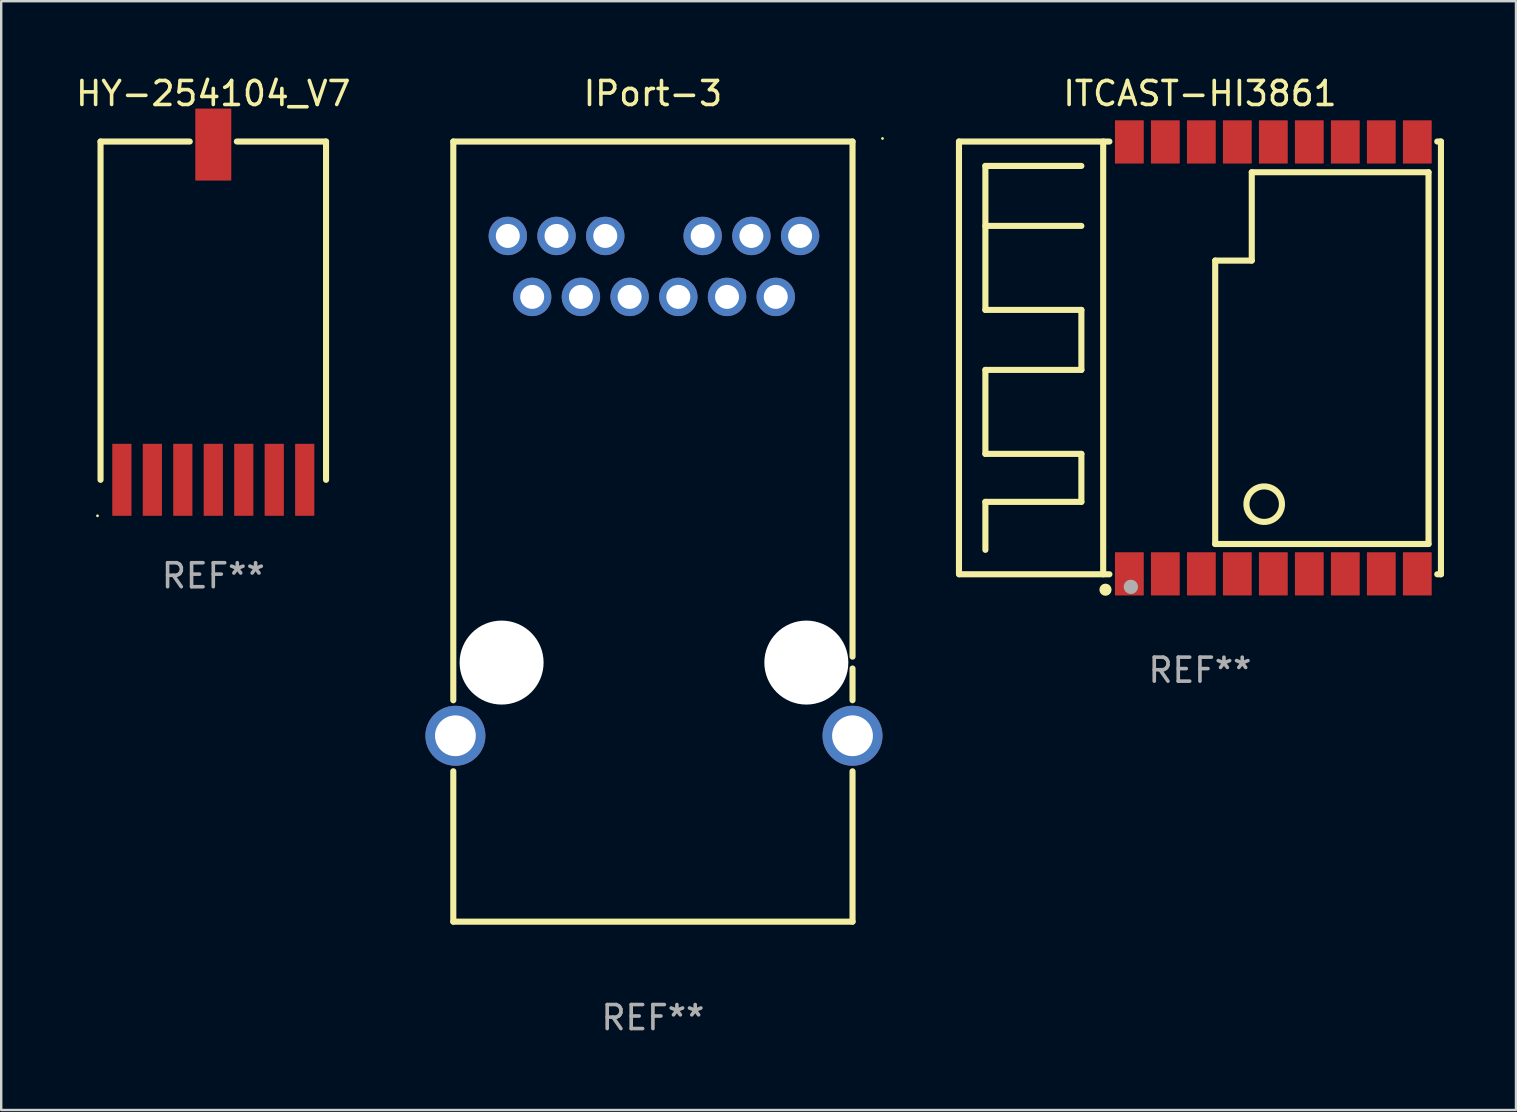
<source format=kicad_pcb>
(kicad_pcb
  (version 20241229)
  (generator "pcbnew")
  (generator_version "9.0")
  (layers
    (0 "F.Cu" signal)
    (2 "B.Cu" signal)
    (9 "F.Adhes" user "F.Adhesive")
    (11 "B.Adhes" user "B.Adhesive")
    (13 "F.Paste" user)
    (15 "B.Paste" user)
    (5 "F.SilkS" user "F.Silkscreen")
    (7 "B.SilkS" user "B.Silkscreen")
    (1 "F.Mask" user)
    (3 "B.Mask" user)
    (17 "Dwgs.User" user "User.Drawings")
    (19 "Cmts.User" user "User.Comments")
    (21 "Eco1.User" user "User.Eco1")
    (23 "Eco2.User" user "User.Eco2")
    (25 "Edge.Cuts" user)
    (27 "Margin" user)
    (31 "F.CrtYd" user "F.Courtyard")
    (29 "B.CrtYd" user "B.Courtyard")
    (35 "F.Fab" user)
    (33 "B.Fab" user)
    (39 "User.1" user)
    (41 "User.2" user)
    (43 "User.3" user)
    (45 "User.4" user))
  (footprint "HY-254104_V7"
    (layer "F.Cu")
    (at 5.839 9.897)
    (property "Reference" "HY-254104_V7" (at 0 -9.049 0) (layer "F.SilkS") (effects (font (size 1 1) (thickness 0.15))))
    (attr through_hole)
    (fp_line (start -4.699 -7.049) (end -0.981 -7.049) (stroke (width 0.254) (type solid)) (layer "F.SilkS"))
    (fp_line (start -4.699 7.049) (end -4.699 -7.049) (stroke (width 0.254) (type solid)) (layer "F.SilkS"))
    (fp_line (start 0.981 -7.049) (end 4.699 -7.049) (stroke (width 0.254) (type solid)) (layer "F.SilkS"))
    (fp_line (start 4.699 -7.049) (end 4.699 7.049) (stroke (width 0.254) (type solid)) (layer "F.SilkS"))
    (fp_circle (center -4.826 8.549) (end -4.796 8.549) (stroke (width 0.06) (type solid)) (fill no) (layer "F.SilkS"))
    (fp_text user "REF**" (at 0 11.049 0) (layer "F.Fab") (effects (font (size 1 1) (thickness 0.15))))
    (pad "1" smd rect (at -3.81 7.049) (size 0.8 3) (layers "F.Cu" "F.Mask" "F.Paste"))
    (pad "2" smd rect (at -2.54 7.049) (size 0.8 3) (layers "F.Cu" "F.Mask" "F.Paste"))
    (pad "3" smd rect (at -1.27 7.049) (size 0.8 3) (layers "F.Cu" "F.Mask" "F.Paste"))
    (pad "4" smd rect (at 0 7.049) (size 0.8 3) (layers "F.Cu" "F.Mask" "F.Paste"))
    (pad "5" smd rect (at 1.27 7.049) (size 0.8 3) (layers "F.Cu" "F.Mask" "F.Paste"))
    (pad "6" smd rect (at 2.54 7.049) (size 0.8 3) (layers "F.Cu" "F.Mask" "F.Paste"))
    (pad "7" smd rect (at 3.81 7.049) (size 0.8 3) (layers "F.Cu" "F.Mask" "F.Paste"))
    (pad "8" smd rect (at 0 -6.922) (size 1.5 3) (layers "F.Cu" "F.Mask" "F.Paste")))
  (footprint "IPort-3"
    (layer "F.Cu")
    (at 24.16 19.104)
    (property "Reference" "IPort-3" (at 0 -18.256 0) (layer "F.SilkS") (effects (font (size 1 1) (thickness 0.15))))
    (attr through_hole)
    (fp_line (start -8.319 -16.256) (end -8.319 7.03) (stroke (width 0.254) (type solid)) (layer "F.SilkS"))
    (fp_line (start -8.319 9.988) (end -8.319 16.256) (stroke (width 0.254) (type solid)) (layer "F.SilkS"))
    (fp_line (start -8.319 16.256) (end 8.319 16.256) (stroke (width 0.254) (type solid)) (layer "F.SilkS"))
    (fp_line (start 8.319 -16.256) (end -8.319 -16.256) (stroke (width 0.254) (type solid)) (layer "F.SilkS"))
    (fp_line (start 8.319 5.212) (end 8.319 -16.256) (stroke (width 0.254) (type solid)) (layer "F.SilkS"))
    (fp_line (start 8.319 7.028) (end 8.319 5.706) (stroke (width 0.254) (type solid)) (layer "F.SilkS"))
    (fp_line (start 8.319 16.256) (end 8.319 9.99) (stroke (width 0.254) (type solid)) (layer "F.SilkS"))
    (fp_circle (center 9.568 -16.383) (end 9.598 -16.383) (stroke (width 0.06) (type solid)) (fill no) (layer "F.SilkS"))
    (fp_text user "REF**" (at 0 20.256 0) (layer "F.Fab") (effects (font (size 1 1) (thickness 0.15))))
    (pad "" np_thru_hole circle (at -6.306 5.459) (size 3.5 3.5) (drill 3.5) (layers "*.Cu" "*.Mask"))
    (pad "" np_thru_hole circle (at 6.394 5.459) (size 3.5 3.5) (drill 3.5) (layers "*.Cu" "*.Mask"))
    (pad "1" thru_hole circle (at 5.119 -9.781) (size 1.6 1.6) (drill 1) (layers "*.Cu" "*.Mask"))
    (pad "2" thru_hole circle (at 3.089 -9.781) (size 1.6 1.6) (drill 1) (layers "*.Cu" "*.Mask"))
    (pad "3" thru_hole circle (at 1.059 -9.781) (size 1.6 1.6) (drill 1) (layers "*.Cu" "*.Mask"))
    (pad "4" thru_hole circle (at -0.971 -9.781) (size 1.6 1.6) (drill 1) (layers "*.Cu" "*.Mask"))
    (pad "5" thru_hole circle (at -3.001 -9.781) (size 1.6 1.6) (drill 1) (layers "*.Cu" "*.Mask"))
    (pad "6" thru_hole circle (at -5.032 -9.781) (size 1.6 1.6) (drill 1) (layers "*.Cu" "*.Mask"))
    (pad "7" thru_hole circle (at 6.134 -12.321) (size 1.6 1.6) (drill 1) (layers "*.Cu" "*.Mask"))
    (pad "8" thru_hole circle (at 4.104 -12.321) (size 1.6 1.6) (drill 1) (layers "*.Cu" "*.Mask"))
    (pad "9" thru_hole circle (at 2.074 -12.321) (size 1.6 1.6) (drill 1) (layers "*.Cu" "*.Mask"))
    (pad "10" thru_hole circle (at -1.986 -12.321) (size 1.6 1.6) (drill 1) (layers "*.Cu" "*.Mask"))
    (pad "11" thru_hole circle (at -4.017 -12.321) (size 1.6 1.6) (drill 1) (layers "*.Cu" "*.Mask"))
    (pad "12" thru_hole circle (at -6.047 -12.321) (size 1.6 1.6) (drill 1) (layers "*.Cu" "*.Mask"))
    (pad "13" thru_hole circle (at -8.231 8.509) (size 2.5 2.5) (drill 1.7) (layers "*.Cu" "*.Mask"))
    (pad "14" thru_hole circle (at 8.318 8.509) (size 2.5 2.5) (drill 1.7) (layers "*.Cu" "*.Mask")))
  (footprint "ITCAST-HI3861"
    (layer "F.Cu")
    (at 46.958 11.865)
    (property "Reference" "ITCAST-HI3861" (at 0 -11.017 0) (layer "F.SilkS") (effects (font (size 1 1) (thickness 0.15))))
    (attr through_hole)
    (fp_line (start -10.043 -9.017) (end -10.043 9.017) (stroke (width 0.254) (type solid)) (layer "F.SilkS"))
    (fp_line (start -8.942 -8) (end -8.942 -2) (stroke (width 0.254) (type solid)) (layer "F.SilkS"))
    (fp_line (start -8.942 -2) (end -4.942 -2) (stroke (width 0.254) (type solid)) (layer "F.SilkS"))
    (fp_line (start -8.942 0.5) (end -8.942 4) (stroke (width 0.254) (type solid)) (layer "F.SilkS"))
    (fp_line (start -8.942 4) (end -4.942 4) (stroke (width 0.254) (type solid)) (layer "F.SilkS"))
    (fp_line (start -8.942 6) (end -8.942 8) (stroke (width 0.254) (type solid)) (layer "F.SilkS"))
    (fp_line (start -4.942 -8) (end -8.942 -8) (stroke (width 0.254) (type solid)) (layer "F.SilkS"))
    (fp_line (start -4.942 -5.5) (end -8.942 -5.5) (stroke (width 0.254) (type solid)) (layer "F.SilkS"))
    (fp_line (start -4.942 -2) (end -4.942 0.5) (stroke (width 0.254) (type solid)) (layer "F.SilkS"))
    (fp_line (start -4.942 0.5) (end -8.942 0.5) (stroke (width 0.254) (type solid)) (layer "F.SilkS"))
    (fp_line (start -4.942 4) (end -4.942 6) (stroke (width 0.254) (type solid)) (layer "F.SilkS"))
    (fp_line (start -4.942 6) (end -8.942 6) (stroke (width 0.254) (type solid)) (layer "F.SilkS"))
    (fp_line (start -4.033 -9.017) (end -4.033 9.017) (stroke (width 0.254) (type solid)) (layer "F.SilkS"))
    (fp_line (start -3.774 -9.017) (end -10.043 -9.017) (stroke (width 0.254) (type solid)) (layer "F.SilkS"))
    (fp_line (start -3.774 9.017) (end -10.024 9.017) (stroke (width 0.254) (type solid)) (layer "F.SilkS"))
    (fp_line (start 0.635 -4.055) (end 2.159 -4.055) (stroke (width 0.254) (type solid)) (layer "F.SilkS"))
    (fp_line (start 0.635 7.756) (end 0.635 -4.055) (stroke (width 0.254) (type solid)) (layer "F.SilkS"))
    (fp_line (start 0.635 7.756) (end 9.525 7.756) (stroke (width 0.254) (type solid)) (layer "F.SilkS"))
    (fp_line (start 2.159 -7.738) (end 9.525 -7.738) (stroke (width 0.254) (type solid)) (layer "F.SilkS"))
    (fp_line (start 2.159 -4.055) (end 2.159 -7.738) (stroke (width 0.254) (type solid)) (layer "F.SilkS"))
    (fp_line (start 9.525 -7.738) (end 9.525 7.756) (stroke (width 0.254) (type solid)) (layer "F.SilkS"))
    (fp_line (start 10.043 -9.017) (end 9.889 -9.017) (stroke (width 0.254) (type solid)) (layer "F.SilkS"))
    (fp_line (start 10.043 -9.017) (end 10.043 9.017) (stroke (width 0.254) (type solid)) (layer "F.SilkS"))
    (fp_line (start 10.043 9.017) (end 9.889 9.017) (stroke (width 0.254) (type solid)) (layer "F.SilkS"))
    (fp_circle (center -10.043 9) (end -10.013 9) (stroke (width 0.06) (type solid)) (fill no) (layer "F.SilkS"))
    (fp_circle (center -3.937 9.661) (end -3.81 9.661) (stroke (width 0.254) (type solid)) (fill no) (layer "F.SilkS"))
    (fp_circle (center 2.677 6.096) (end 3.417 6.096) (stroke (width 0.254) (type solid)) (fill no) (layer "F.SilkS"))
    (fp_circle (center -2.88 9.542) (end -2.73 9.542) (stroke (width 0.3) (type solid)) (fill no) (layer "F.Fab"))
    (fp_text user "REF**" (at 0 13.017 0) (layer "F.Fab") (effects (font (size 1 1) (thickness 0.15))))
    (pad "1" smd rect (at -2.942 9 90) (size 1.8 1.2) (layers "F.Cu" "F.Mask" "F.Paste"))
    (pad "2" smd rect (at -1.443 9 90) (size 1.8 1.2) (layers "F.Cu" "F.Mask" "F.Paste"))
    (pad "3" smd rect (at 0.058 9 90) (size 1.8 1.2) (layers "F.Cu" "F.Mask" "F.Paste"))
    (pad "4" smd rect (at 1.557 9 90) (size 1.8 1.2) (layers "F.Cu" "F.Mask" "F.Paste"))
    (pad "5" smd rect (at 3.058 9 90) (size 1.8 1.2) (layers "F.Cu" "F.Mask" "F.Paste"))
    (pad "6" smd rect (at 4.557 9 90) (size 1.8 1.2) (layers "F.Cu" "F.Mask" "F.Paste"))
    (pad "7" smd rect (at 6.058 9 90) (size 1.8 1.2) (layers "F.Cu" "F.Mask" "F.Paste"))
    (pad "8" smd rect (at 7.557 9 90) (size 1.8 1.2) (layers "F.Cu" "F.Mask" "F.Paste"))
    (pad "9" smd rect (at 9.058 9 90) (size 1.8 1.2) (layers "F.Cu" "F.Mask" "F.Paste"))
    (pad "10" smd rect (at 9.058 -9 90) (size 1.8 1.2) (layers "F.Cu" "F.Mask" "F.Paste"))
    (pad "11" smd rect (at 7.557 -9 90) (size 1.8 1.2) (layers "F.Cu" "F.Mask" "F.Paste"))
    (pad "12" smd rect (at 6.058 -9 90) (size 1.8 1.2) (layers "F.Cu" "F.Mask" "F.Paste"))
    (pad "13" smd rect (at 4.557 -9 90) (size 1.8 1.2) (layers "F.Cu" "F.Mask" "F.Paste"))
    (pad "14" smd rect (at 3.058 -9 90) (size 1.8 1.2) (layers "F.Cu" "F.Mask" "F.Paste"))
    (pad "15" smd rect (at 1.557 -9 90) (size 1.8 1.2) (layers "F.Cu" "F.Mask" "F.Paste"))
    (pad "16" smd rect (at 0.058 -9 90) (size 1.8 1.2) (layers "F.Cu" "F.Mask" "F.Paste"))
    (pad "17" smd rect (at -1.443 -9 90) (size 1.8 1.2) (layers "F.Cu" "F.Mask" "F.Paste"))
    (pad "18" smd rect (at -2.942 -9 90) (size 1.8 1.2) (layers "F.Cu" "F.Mask" "F.Paste")))
  (gr_rect
    (start -3 -3)
    (end 60.128 43.209)
    (stroke (width 0.1) (type default))
    (fill no)
    (layer "Edge.Cuts")))
</source>
